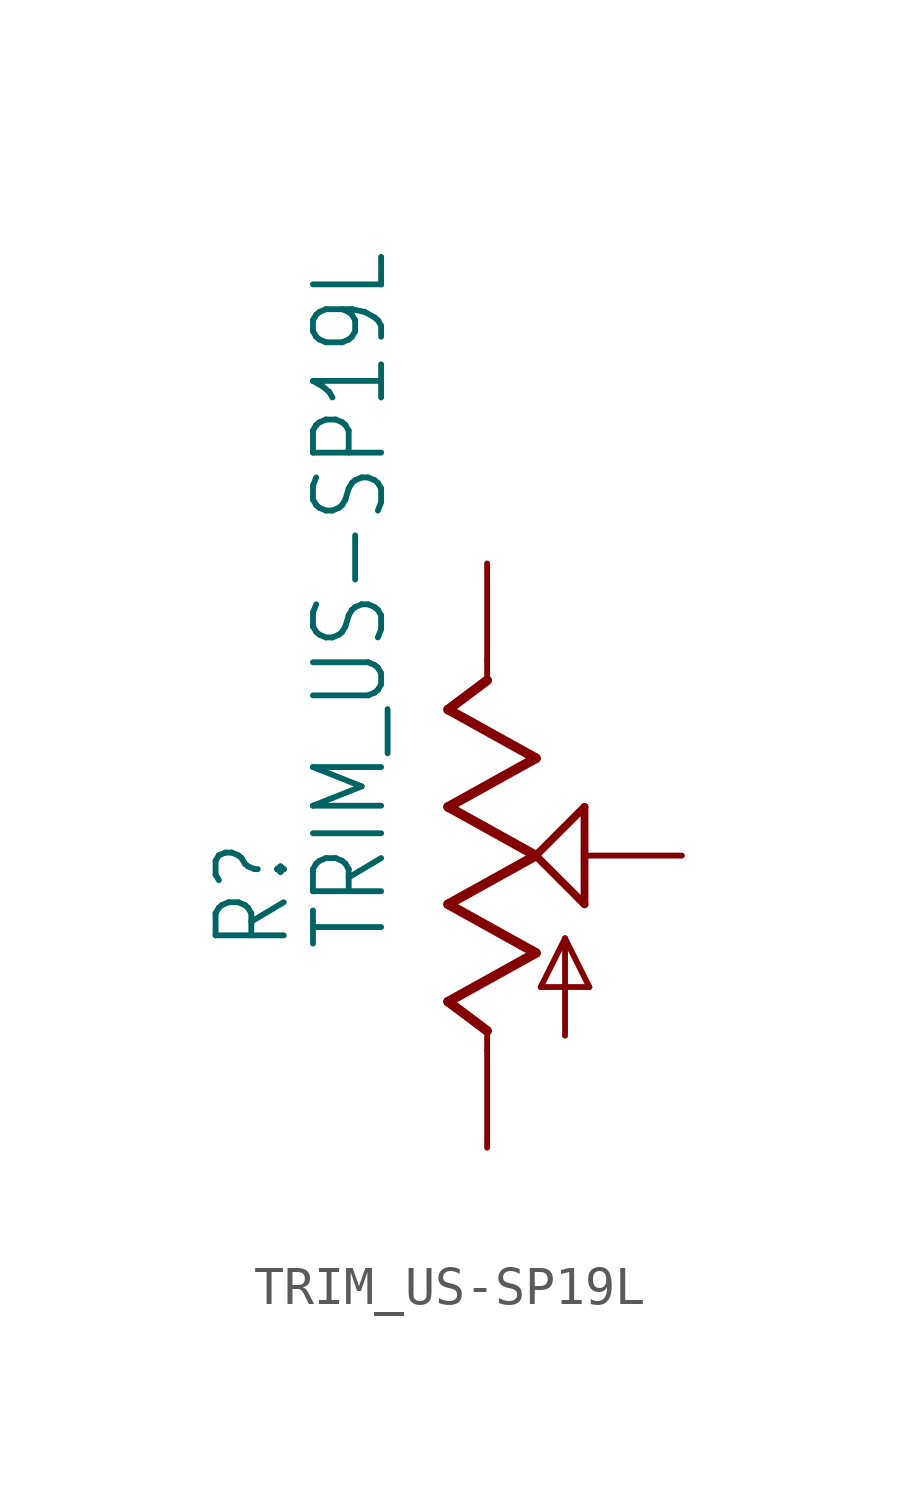
<source format=kicad_sym>
(kicad_symbol_lib
  (version 20211014)
  (generator kicad_symbol_editor)
  (symbol "TRIM_US-SP19L"
    (property "Reference" "R"
      (at -5.08 -2.54 90)
      (effects (font (size 1.778 1.511)) (justify left bottom)))
    (property "Value" "TRIM_US-SP19L"
      (at -2.54 -2.54 90)
      (effects (font (size 1.778 1.511)) (justify left bottom)))
    (property "ki_locked" ""
      (at 0 0 0)
      (effects (font (size 1.27 1.27))))
    (symbol "TRIM_US-SP19L_1_0"
      (polyline (pts (xy -1.016 -3.81) (xy 1.27 -2.54)) (stroke (width 0.254) (type default) (color 0 0 0 0)) (fill (type none)))
      (polyline (pts (xy -1.016 -1.27) (xy 1.27 0)) (stroke (width 0.254) (type default) (color 0 0 0 0)) (fill (type none)))
      (polyline (pts (xy -1.016 1.27) (xy 1.27 2.54)) (stroke (width 0.254) (type default) (color 0 0 0 0)) (fill (type none)))
      (polyline (pts (xy -1.016 3.81) (xy 0 4.572)) (stroke (width 0.254) (type default) (color 0 0 0 0)) (fill (type none)))
      (polyline (pts (xy 0 -5.08) (xy 0 -4.572)) (stroke (width 0.152) (type default) (color 0 0 0 0)) (fill (type none)))
      (polyline (pts (xy 0 -4.572) (xy -1.016 -3.81)) (stroke (width 0.254) (type default) (color 0 0 0 0)) (fill (type none)))
      (polyline (pts (xy 0 4.572) (xy 0 5.08)) (stroke (width 0.152) (type default) (color 0 0 0 0)) (fill (type none)))
      (polyline (pts (xy 1.27 -2.54) (xy -1.016 -1.27)) (stroke (width 0.254) (type default) (color 0 0 0 0)) (fill (type none)))
      (polyline (pts (xy 1.27 0) (xy -1.016 1.27)) (stroke (width 0.254) (type default) (color 0 0 0 0)) (fill (type none)))
      (polyline (pts (xy 1.27 0) (xy 2.54 1.27)) (stroke (width 0.203) (type default) (color 0 0 0 0)) (fill (type none)))
      (polyline (pts (xy 1.27 2.54) (xy -1.016 3.81)) (stroke (width 0.254) (type default) (color 0 0 0 0)) (fill (type none)))
      (polyline (pts (xy 1.397 -3.429) (xy 2.032 -2.159)) (stroke (width 0.152) (type default) (color 0 0 0 0)) (fill (type none)))
      (polyline (pts (xy 2.032 -4.699) (xy 2.032 -2.159)) (stroke (width 0.152) (type default) (color 0 0 0 0)) (fill (type none)))
      (polyline (pts (xy 2.032 -2.159) (xy 2.667 -3.429)) (stroke (width 0.152) (type default) (color 0 0 0 0)) (fill (type none)))
      (polyline (pts (xy 2.54 -1.27) (xy 1.27 0)) (stroke (width 0.203) (type default) (color 0 0 0 0)) (fill (type none)))
      (polyline (pts (xy 2.54 1.27) (xy 2.54 -1.27)) (stroke (width 0.203) (type default) (color 0 0 0 0)) (fill (type none)))
      (polyline (pts (xy 2.667 -3.429) (xy 1.397 -3.429)) (stroke (width 0.152) (type default) (color 0 0 0 0)) (fill (type none)))
      (pin passive line (at 0 -7.62 90) (length 2.54) (name "A" (effects (font (size 0 0)))) (number "A" (effects (font (size 0 0)))))
      (pin passive line (at 0 7.62 270) (length 2.54) (name "E" (effects (font (size 0 0)))) (number "E" (effects (font (size 0 0)))))
      (pin passive line (at 5.08 0 180) (length 2.54) (name "S" (effects (font (size 0 0)))) (number "S" (effects (font (size 0 0))))))))
</source>
